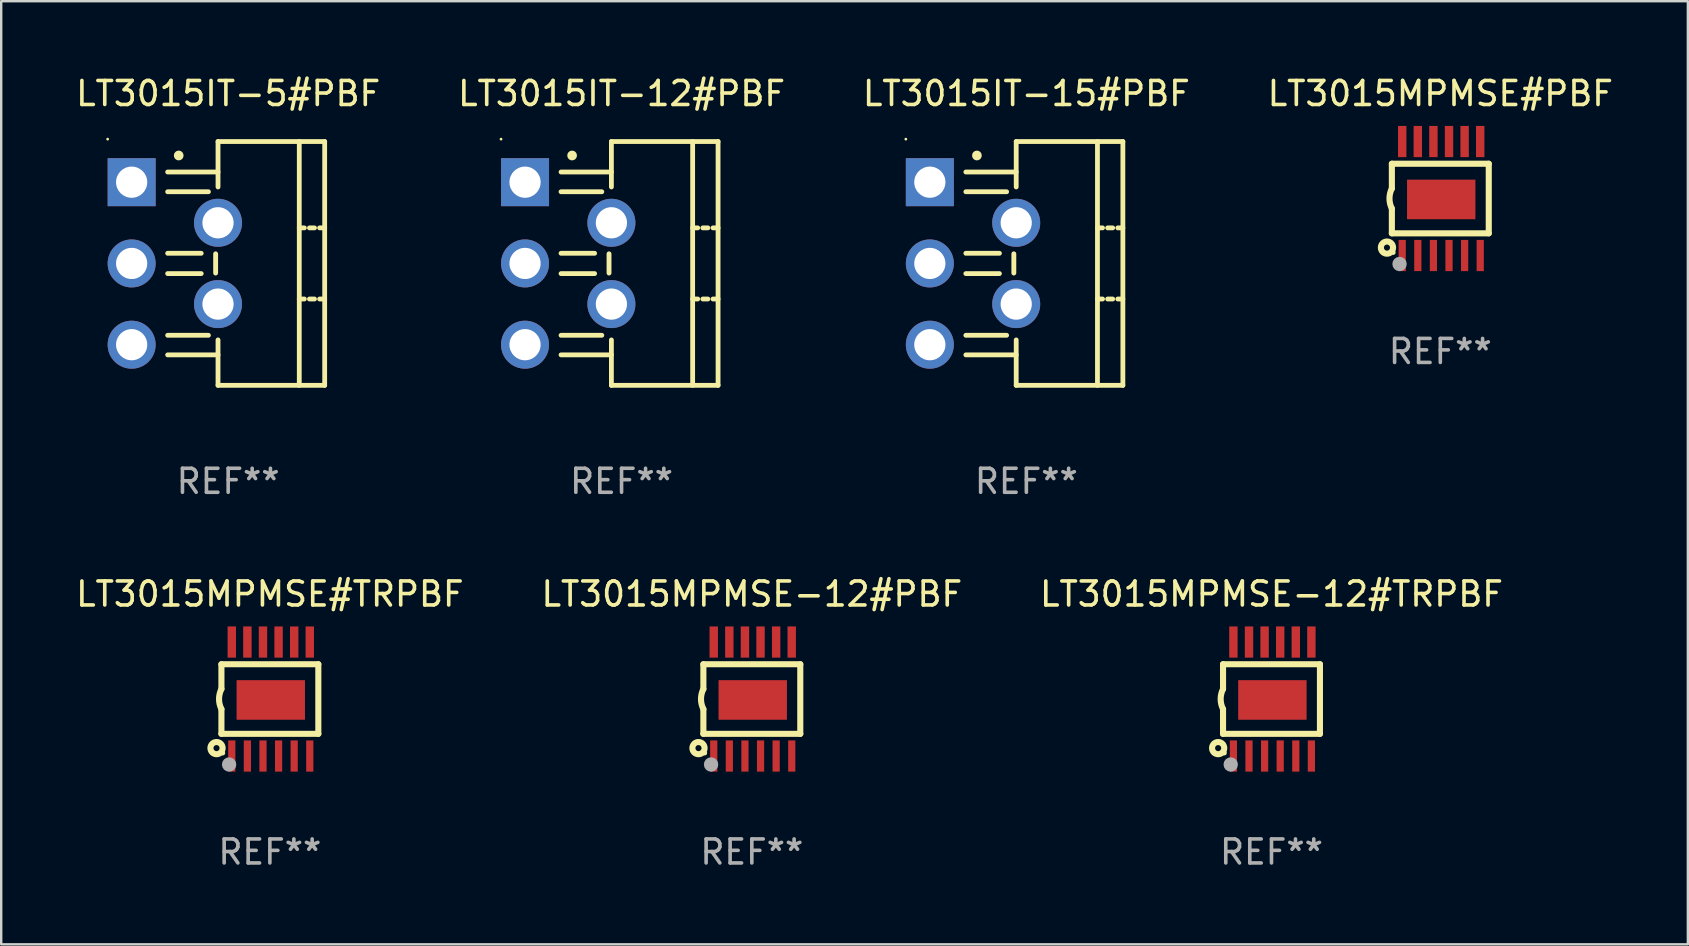
<source format=kicad_pcb>
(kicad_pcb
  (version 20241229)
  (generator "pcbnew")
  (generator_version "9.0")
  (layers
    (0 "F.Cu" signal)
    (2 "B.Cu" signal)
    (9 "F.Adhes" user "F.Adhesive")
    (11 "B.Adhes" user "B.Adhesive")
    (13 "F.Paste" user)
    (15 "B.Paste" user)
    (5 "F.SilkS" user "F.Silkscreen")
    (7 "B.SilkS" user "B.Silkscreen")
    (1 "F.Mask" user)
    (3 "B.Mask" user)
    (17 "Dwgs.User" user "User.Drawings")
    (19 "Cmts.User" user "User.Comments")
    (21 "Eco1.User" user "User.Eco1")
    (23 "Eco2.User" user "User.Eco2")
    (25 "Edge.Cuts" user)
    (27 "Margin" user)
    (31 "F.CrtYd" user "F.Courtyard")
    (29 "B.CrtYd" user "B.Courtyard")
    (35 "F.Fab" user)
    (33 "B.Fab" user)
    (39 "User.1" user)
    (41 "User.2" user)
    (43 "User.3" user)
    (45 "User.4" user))
  (footprint "LT3015MPMSE-12#TRPBF"
    (layer "F.Cu")
    (at 49.935 26.08)
    (property "Reference" "LT3015MPMSE-12#TRPBF" (at 0 -4.375 0) (layer "F.SilkS") (effects (font (size 1 1) (thickness 0.15))))
    (attr through_hole)
    (fp_line (start -2.019 -1.45) (end -2.019 -0.419) (stroke (width 0.254) (type solid)) (layer "F.SilkS"))
    (fp_line (start -2.019 1.45) (end -2.019 0.419) (stroke (width 0.254) (type solid)) (layer "F.SilkS"))
    (fp_line (start -2.019 1.45) (end 2.019 1.45) (stroke (width 0.254) (type solid)) (layer "F.SilkS"))
    (fp_line (start 2.019 -1.45) (end -2.019 -1.45) (stroke (width 0.254) (type solid)) (layer "F.SilkS"))
    (fp_line (start 2.019 -1.45) (end 2.019 1.45) (stroke (width 0.254) (type solid)) (layer "F.SilkS"))
    (fp_arc (start -2.019304 0.419101) (mid -2.11824 0) (end -2.019304 -0.419101) (stroke (width 0.254001) (type solid)) (layer "F.SilkS"))
    (fp_circle (center -2.223 2.045) (end -1.969 2.045) (stroke (width 0.254) (type solid)) (fill no) (layer "F.SilkS"))
    (fp_circle (center -1.962 2.25) (end -1.912 2.25) (stroke (width 0.1) (type solid)) (fill no) (layer "F.SilkS"))
    (fp_circle (center -1.699 2.728) (end -1.549 2.728) (stroke (width 0.3) (type solid)) (fill no) (layer "F.Fab"))
    (fp_text user "REF**" (at 0 6.375 0) (layer "F.Fab") (effects (font (size 1 1) (thickness 0.15))))
    (pad "1" smd rect (at -1.587 2.375) (size 0.3 1.3) (layers "F.Cu" "F.Mask" "F.Paste"))
    (pad "2" smd rect (at -0.937 2.375) (size 0.3 1.3) (layers "F.Cu" "F.Mask" "F.Paste"))
    (pad "3" smd rect (at -0.287 2.375) (size 0.3 1.3) (layers "F.Cu" "F.Mask" "F.Paste"))
    (pad "4" smd rect (at 0.363 2.375) (size 0.3 1.3) (layers "F.Cu" "F.Mask" "F.Paste"))
    (pad "5" smd rect (at 1.013 2.375) (size 0.3 1.3) (layers "F.Cu" "F.Mask" "F.Paste"))
    (pad "6" smd rect (at 1.663 2.375) (size 0.3 1.3) (layers "F.Cu" "F.Mask" "F.Paste"))
    (pad "7" smd rect (at 1.663 -2.375) (size 0.35 1.3) (layers "F.Cu" "F.Mask" "F.Paste"))
    (pad "8" smd rect (at 1.013 -2.375) (size 0.35 1.3) (layers "F.Cu" "F.Mask" "F.Paste"))
    (pad "9" smd rect (at 0.363 -2.375) (size 0.35 1.3) (layers "F.Cu" "F.Mask" "F.Paste"))
    (pad "10" smd rect (at -0.287 -2.375) (size 0.35 1.3) (layers "F.Cu" "F.Mask" "F.Paste"))
    (pad "11" smd rect (at -0.937 -2.375) (size 0.35 1.3) (layers "F.Cu" "F.Mask" "F.Paste"))
    (pad "12" smd rect (at -1.587 -2.375) (size 0.35 1.3) (layers "F.Cu" "F.Mask" "F.Paste"))
    (pad "13" smd rect (at 0.038 0.038) (size 2.85 1.65) (layers "F.Cu" "F.Mask" "F.Paste")))
  (footprint "LT3015MPMSE-12#PBF"
    (layer "F.Cu")
    (at 28.28 26.08)
    (property "Reference" "LT3015MPMSE-12#PBF" (at 0 -4.375 0) (layer "F.SilkS") (effects (font (size 1 1) (thickness 0.15))))
    (attr through_hole)
    (fp_line (start -2.019 -1.45) (end -2.019 -0.419) (stroke (width 0.254) (type solid)) (layer "F.SilkS"))
    (fp_line (start -2.019 1.45) (end -2.019 0.419) (stroke (width 0.254) (type solid)) (layer "F.SilkS"))
    (fp_line (start -2.019 1.45) (end 2.019 1.45) (stroke (width 0.254) (type solid)) (layer "F.SilkS"))
    (fp_line (start 2.019 -1.45) (end -2.019 -1.45) (stroke (width 0.254) (type solid)) (layer "F.SilkS"))
    (fp_line (start 2.019 -1.45) (end 2.019 1.45) (stroke (width 0.254) (type solid)) (layer "F.SilkS"))
    (fp_arc (start -2.019304 0.419101) (mid -2.11824 0) (end -2.019304 -0.419101) (stroke (width 0.254001) (type solid)) (layer "F.SilkS"))
    (fp_circle (center -2.223 2.045) (end -1.969 2.045) (stroke (width 0.254) (type solid)) (fill no) (layer "F.SilkS"))
    (fp_circle (center -1.962 2.25) (end -1.912 2.25) (stroke (width 0.1) (type solid)) (fill no) (layer "F.SilkS"))
    (fp_circle (center -1.699 2.728) (end -1.549 2.728) (stroke (width 0.3) (type solid)) (fill no) (layer "F.Fab"))
    (fp_text user "REF**" (at 0 6.375 0) (layer "F.Fab") (effects (font (size 1 1) (thickness 0.15))))
    (pad "1" smd rect (at -1.587 2.375) (size 0.3 1.3) (layers "F.Cu" "F.Mask" "F.Paste"))
    (pad "2" smd rect (at -0.937 2.375) (size 0.3 1.3) (layers "F.Cu" "F.Mask" "F.Paste"))
    (pad "3" smd rect (at -0.287 2.375) (size 0.3 1.3) (layers "F.Cu" "F.Mask" "F.Paste"))
    (pad "4" smd rect (at 0.363 2.375) (size 0.3 1.3) (layers "F.Cu" "F.Mask" "F.Paste"))
    (pad "5" smd rect (at 1.013 2.375) (size 0.3 1.3) (layers "F.Cu" "F.Mask" "F.Paste"))
    (pad "6" smd rect (at 1.663 2.375) (size 0.3 1.3) (layers "F.Cu" "F.Mask" "F.Paste"))
    (pad "7" smd rect (at 1.663 -2.375) (size 0.35 1.3) (layers "F.Cu" "F.Mask" "F.Paste"))
    (pad "8" smd rect (at 1.013 -2.375) (size 0.35 1.3) (layers "F.Cu" "F.Mask" "F.Paste"))
    (pad "9" smd rect (at 0.363 -2.375) (size 0.35 1.3) (layers "F.Cu" "F.Mask" "F.Paste"))
    (pad "10" smd rect (at -0.287 -2.375) (size 0.35 1.3) (layers "F.Cu" "F.Mask" "F.Paste"))
    (pad "11" smd rect (at -0.937 -2.375) (size 0.35 1.3) (layers "F.Cu" "F.Mask" "F.Paste"))
    (pad "12" smd rect (at -1.587 -2.375) (size 0.35 1.3) (layers "F.Cu" "F.Mask" "F.Paste"))
    (pad "13" smd rect (at 0.038 0.038) (size 2.85 1.65) (layers "F.Cu" "F.Mask" "F.Paste")))
  (footprint "LT3015MPMSE#TRPBF"
    (layer "F.Cu")
    (at 8.196 26.08)
    (property "Reference" "LT3015MPMSE#TRPBF" (at 0 -4.375 0) (layer "F.SilkS") (effects (font (size 1 1) (thickness 0.15))))
    (attr through_hole)
    (fp_line (start -2.019 -1.45) (end -2.019 -0.419) (stroke (width 0.254) (type solid)) (layer "F.SilkS"))
    (fp_line (start -2.019 1.45) (end -2.019 0.419) (stroke (width 0.254) (type solid)) (layer "F.SilkS"))
    (fp_line (start -2.019 1.45) (end 2.019 1.45) (stroke (width 0.254) (type solid)) (layer "F.SilkS"))
    (fp_line (start 2.019 -1.45) (end -2.019 -1.45) (stroke (width 0.254) (type solid)) (layer "F.SilkS"))
    (fp_line (start 2.019 -1.45) (end 2.019 1.45) (stroke (width 0.254) (type solid)) (layer "F.SilkS"))
    (fp_arc (start -2.019304 0.419101) (mid -2.11824 0) (end -2.019304 -0.419101) (stroke (width 0.254001) (type solid)) (layer "F.SilkS"))
    (fp_circle (center -2.223 2.045) (end -1.969 2.045) (stroke (width 0.254) (type solid)) (fill no) (layer "F.SilkS"))
    (fp_circle (center -1.962 2.25) (end -1.912 2.25) (stroke (width 0.1) (type solid)) (fill no) (layer "F.SilkS"))
    (fp_circle (center -1.699 2.728) (end -1.549 2.728) (stroke (width 0.3) (type solid)) (fill no) (layer "F.Fab"))
    (fp_text user "REF**" (at 0 6.375 0) (layer "F.Fab") (effects (font (size 1 1) (thickness 0.15))))
    (pad "1" smd rect (at -1.587 2.375) (size 0.3 1.3) (layers "F.Cu" "F.Mask" "F.Paste"))
    (pad "2" smd rect (at -0.937 2.375) (size 0.3 1.3) (layers "F.Cu" "F.Mask" "F.Paste"))
    (pad "3" smd rect (at -0.287 2.375) (size 0.3 1.3) (layers "F.Cu" "F.Mask" "F.Paste"))
    (pad "4" smd rect (at 0.363 2.375) (size 0.3 1.3) (layers "F.Cu" "F.Mask" "F.Paste"))
    (pad "5" smd rect (at 1.013 2.375) (size 0.3 1.3) (layers "F.Cu" "F.Mask" "F.Paste"))
    (pad "6" smd rect (at 1.663 2.375) (size 0.3 1.3) (layers "F.Cu" "F.Mask" "F.Paste"))
    (pad "7" smd rect (at 1.663 -2.375) (size 0.35 1.3) (layers "F.Cu" "F.Mask" "F.Paste"))
    (pad "8" smd rect (at 1.013 -2.375) (size 0.35 1.3) (layers "F.Cu" "F.Mask" "F.Paste"))
    (pad "9" smd rect (at 0.363 -2.375) (size 0.35 1.3) (layers "F.Cu" "F.Mask" "F.Paste"))
    (pad "10" smd rect (at -0.287 -2.375) (size 0.35 1.3) (layers "F.Cu" "F.Mask" "F.Paste"))
    (pad "11" smd rect (at -0.937 -2.375) (size 0.35 1.3) (layers "F.Cu" "F.Mask" "F.Paste"))
    (pad "12" smd rect (at -1.587 -2.375) (size 0.35 1.3) (layers "F.Cu" "F.Mask" "F.Paste"))
    (pad "13" smd rect (at 0.038 0.038) (size 2.85 1.65) (layers "F.Cu" "F.Mask" "F.Paste")))
  (footprint "LT3015IT-12#PBF"
    (layer "F.Cu")
    (at 22.851 7.928)
    (property "Reference" "LT3015IT-12#PBF" (at 0 -7.08 0) (layer "F.SilkS") (effects (font (size 1 1) (thickness 0.15))))
    (attr through_hole)
    (fp_line (start -2.522 -3.81) (end -0.423 -3.81) (stroke (width 0.2) (type solid)) (layer "F.SilkS"))
    (fp_line (start -2.522 -2.987) (end -0.822 -2.987) (stroke (width 0.2) (type solid)) (layer "F.SilkS"))
    (fp_line (start -2.522 -0.423) (end -1.122 -0.423) (stroke (width 0.2) (type solid)) (layer "F.SilkS"))
    (fp_line (start -2.522 0.423) (end -1.122 0.423) (stroke (width 0.2) (type solid)) (layer "F.SilkS"))
    (fp_line (start -2.522 2.994) (end -0.822 2.994) (stroke (width 0.2) (type solid)) (layer "F.SilkS"))
    (fp_line (start -2.522 3.81) (end -0.423 3.81) (stroke (width 0.2) (type solid)) (layer "F.SilkS"))
    (fp_line (start -0.522 0.4) (end -0.522 -0.4) (stroke (width 0.203) (type solid)) (layer "F.SilkS"))
    (fp_line (start -0.423 -5.08) (end 4.022 -5.08) (stroke (width 0.2) (type solid)) (layer "F.SilkS"))
    (fp_line (start -0.423 -3.187) (end -0.423 -5.08) (stroke (width 0.2) (type solid)) (layer "F.SilkS"))
    (fp_line (start -0.423 5.08) (end -0.423 3.187) (stroke (width 0.2) (type solid)) (layer "F.SilkS"))
    (fp_line (start 2.963 -1.482) (end 3.175 -1.482) (stroke (width 0.2) (type solid)) (layer "F.SilkS"))
    (fp_line (start 2.963 1.482) (end 3.175 1.482) (stroke (width 0.2) (type solid)) (layer "F.SilkS"))
    (fp_line (start 2.963 5.08) (end 2.963 -5.08) (stroke (width 0.2) (type solid)) (layer "F.SilkS"))
    (fp_line (start 3.387 -1.482) (end 3.598 -1.482) (stroke (width 0.2) (type solid)) (layer "F.SilkS"))
    (fp_line (start 3.387 1.482) (end 3.598 1.482) (stroke (width 0.2) (type solid)) (layer "F.SilkS"))
    (fp_line (start 3.81 -1.482) (end 4.022 -1.482) (stroke (width 0.2) (type solid)) (layer "F.SilkS"))
    (fp_line (start 3.81 1.482) (end 4.022 1.482) (stroke (width 0.2) (type solid)) (layer "F.SilkS"))
    (fp_line (start 4.022 -5.08) (end 4.022 5.08) (stroke (width 0.2) (type solid)) (layer "F.SilkS"))
    (fp_line (start 4.022 5.08) (end -0.423 5.08) (stroke (width 0.2) (type solid)) (layer "F.SilkS"))
    (fp_arc (start -2.060833 -4.495809) (mid -2.060849 -4.498349) (end -2.060833 -4.500889) (stroke (width 0.4) (type solid)) (layer "F.SilkS"))
    (fp_circle (center -5.022 -5.18) (end -4.992 -5.18) (stroke (width 0.06) (type solid)) (fill no) (layer "F.SilkS"))
    (fp_text user "REF**" (at 0 9.08 0) (layer "F.Fab") (effects (font (size 1 1) (thickness 0.15))))
    (pad "1" thru_hole rect (at -4.022 -3.386 270) (size 2 2) (drill 1.3) (layers "*.Cu" "*.Mask"))
    (pad "2" thru_hole circle (at -0.423 -1.694) (size 2 2) (drill 1.3) (layers "*.Cu" "*.Mask"))
    (pad "3" thru_hole circle (at -4.022 0) (size 2 2) (drill 1.3) (layers "*.Cu" "*.Mask"))
    (pad "4" thru_hole circle (at -0.423 1.694) (size 2 2) (drill 1.3) (layers "*.Cu" "*.Mask"))
    (pad "5" thru_hole circle (at -4.022 3.386) (size 2 2) (drill 1.3) (layers "*.Cu" "*.Mask")))
  (footprint "LT3015IT-5#PBF"
    (layer "F.Cu")
    (at 6.458 7.928)
    (property "Reference" "LT3015IT-5#PBF" (at 0 -7.08 0) (layer "F.SilkS") (effects (font (size 1 1) (thickness 0.15))))
    (attr through_hole)
    (fp_line (start -2.522 -3.81) (end -0.423 -3.81) (stroke (width 0.2) (type solid)) (layer "F.SilkS"))
    (fp_line (start -2.522 -2.987) (end -0.822 -2.987) (stroke (width 0.2) (type solid)) (layer "F.SilkS"))
    (fp_line (start -2.522 -0.423) (end -1.122 -0.423) (stroke (width 0.2) (type solid)) (layer "F.SilkS"))
    (fp_line (start -2.522 0.423) (end -1.122 0.423) (stroke (width 0.2) (type solid)) (layer "F.SilkS"))
    (fp_line (start -2.522 2.994) (end -0.822 2.994) (stroke (width 0.2) (type solid)) (layer "F.SilkS"))
    (fp_line (start -2.522 3.81) (end -0.423 3.81) (stroke (width 0.2) (type solid)) (layer "F.SilkS"))
    (fp_line (start -0.522 0.4) (end -0.522 -0.4) (stroke (width 0.203) (type solid)) (layer "F.SilkS"))
    (fp_line (start -0.423 -5.08) (end 4.022 -5.08) (stroke (width 0.2) (type solid)) (layer "F.SilkS"))
    (fp_line (start -0.423 -3.187) (end -0.423 -5.08) (stroke (width 0.2) (type solid)) (layer "F.SilkS"))
    (fp_line (start -0.423 5.08) (end -0.423 3.187) (stroke (width 0.2) (type solid)) (layer "F.SilkS"))
    (fp_line (start 2.963 -1.482) (end 3.175 -1.482) (stroke (width 0.2) (type solid)) (layer "F.SilkS"))
    (fp_line (start 2.963 1.482) (end 3.175 1.482) (stroke (width 0.2) (type solid)) (layer "F.SilkS"))
    (fp_line (start 2.963 5.08) (end 2.963 -5.08) (stroke (width 0.2) (type solid)) (layer "F.SilkS"))
    (fp_line (start 3.387 -1.482) (end 3.598 -1.482) (stroke (width 0.2) (type solid)) (layer "F.SilkS"))
    (fp_line (start 3.387 1.482) (end 3.598 1.482) (stroke (width 0.2) (type solid)) (layer "F.SilkS"))
    (fp_line (start 3.81 -1.482) (end 4.022 -1.482) (stroke (width 0.2) (type solid)) (layer "F.SilkS"))
    (fp_line (start 3.81 1.482) (end 4.022 1.482) (stroke (width 0.2) (type solid)) (layer "F.SilkS"))
    (fp_line (start 4.022 -5.08) (end 4.022 5.08) (stroke (width 0.2) (type solid)) (layer "F.SilkS"))
    (fp_line (start 4.022 5.08) (end -0.423 5.08) (stroke (width 0.2) (type solid)) (layer "F.SilkS"))
    (fp_arc (start -2.060833 -4.495809) (mid -2.060849 -4.498349) (end -2.060833 -4.500889) (stroke (width 0.4) (type solid)) (layer "F.SilkS"))
    (fp_circle (center -5.022 -5.18) (end -4.992 -5.18) (stroke (width 0.06) (type solid)) (fill no) (layer "F.SilkS"))
    (fp_text user "REF**" (at 0 9.08 0) (layer "F.Fab") (effects (font (size 1 1) (thickness 0.15))))
    (pad "1" thru_hole rect (at -4.022 -3.386 270) (size 2 2) (drill 1.3) (layers "*.Cu" "*.Mask"))
    (pad "2" thru_hole circle (at -0.423 -1.694) (size 2 2) (drill 1.3) (layers "*.Cu" "*.Mask"))
    (pad "3" thru_hole circle (at -4.022 0) (size 2 2) (drill 1.3) (layers "*.Cu" "*.Mask"))
    (pad "4" thru_hole circle (at -0.423 1.694) (size 2 2) (drill 1.3) (layers "*.Cu" "*.Mask"))
    (pad "5" thru_hole circle (at -4.022 3.386) (size 2 2) (drill 1.3) (layers "*.Cu" "*.Mask")))
  (footprint "LT3015IT-15#PBF"
    (layer "F.Cu")
    (at 39.72 7.928)
    (property "Reference" "LT3015IT-15#PBF" (at 0 -7.08 0) (layer "F.SilkS") (effects (font (size 1 1) (thickness 0.15))))
    (attr through_hole)
    (fp_line (start -2.522 -3.81) (end -0.423 -3.81) (stroke (width 0.2) (type solid)) (layer "F.SilkS"))
    (fp_line (start -2.522 -2.987) (end -0.822 -2.987) (stroke (width 0.2) (type solid)) (layer "F.SilkS"))
    (fp_line (start -2.522 -0.423) (end -1.122 -0.423) (stroke (width 0.2) (type solid)) (layer "F.SilkS"))
    (fp_line (start -2.522 0.423) (end -1.122 0.423) (stroke (width 0.2) (type solid)) (layer "F.SilkS"))
    (fp_line (start -2.522 2.994) (end -0.822 2.994) (stroke (width 0.2) (type solid)) (layer "F.SilkS"))
    (fp_line (start -2.522 3.81) (end -0.423 3.81) (stroke (width 0.2) (type solid)) (layer "F.SilkS"))
    (fp_line (start -0.522 0.4) (end -0.522 -0.4) (stroke (width 0.203) (type solid)) (layer "F.SilkS"))
    (fp_line (start -0.423 -5.08) (end 4.022 -5.08) (stroke (width 0.2) (type solid)) (layer "F.SilkS"))
    (fp_line (start -0.423 -3.187) (end -0.423 -5.08) (stroke (width 0.2) (type solid)) (layer "F.SilkS"))
    (fp_line (start -0.423 5.08) (end -0.423 3.187) (stroke (width 0.2) (type solid)) (layer "F.SilkS"))
    (fp_line (start 2.963 -1.482) (end 3.175 -1.482) (stroke (width 0.2) (type solid)) (layer "F.SilkS"))
    (fp_line (start 2.963 1.482) (end 3.175 1.482) (stroke (width 0.2) (type solid)) (layer "F.SilkS"))
    (fp_line (start 2.963 5.08) (end 2.963 -5.08) (stroke (width 0.2) (type solid)) (layer "F.SilkS"))
    (fp_line (start 3.387 -1.482) (end 3.598 -1.482) (stroke (width 0.2) (type solid)) (layer "F.SilkS"))
    (fp_line (start 3.387 1.482) (end 3.598 1.482) (stroke (width 0.2) (type solid)) (layer "F.SilkS"))
    (fp_line (start 3.81 -1.482) (end 4.022 -1.482) (stroke (width 0.2) (type solid)) (layer "F.SilkS"))
    (fp_line (start 3.81 1.482) (end 4.022 1.482) (stroke (width 0.2) (type solid)) (layer "F.SilkS"))
    (fp_line (start 4.022 -5.08) (end 4.022 5.08) (stroke (width 0.2) (type solid)) (layer "F.SilkS"))
    (fp_line (start 4.022 5.08) (end -0.423 5.08) (stroke (width 0.2) (type solid)) (layer "F.SilkS"))
    (fp_arc (start -2.060833 -4.495809) (mid -2.060849 -4.498349) (end -2.060833 -4.500889) (stroke (width 0.4) (type solid)) (layer "F.SilkS"))
    (fp_circle (center -5.022 -5.18) (end -4.992 -5.18) (stroke (width 0.06) (type solid)) (fill no) (layer "F.SilkS"))
    (fp_text user "REF**" (at 0 9.08 0) (layer "F.Fab") (effects (font (size 1 1) (thickness 0.15))))
    (pad "1" thru_hole rect (at -4.022 -3.386 270) (size 2 2) (drill 1.3) (layers "*.Cu" "*.Mask"))
    (pad "2" thru_hole circle (at -0.423 -1.694) (size 2 2) (drill 1.3) (layers "*.Cu" "*.Mask"))
    (pad "3" thru_hole circle (at -4.022 0) (size 2 2) (drill 1.3) (layers "*.Cu" "*.Mask"))
    (pad "4" thru_hole circle (at -0.423 1.694) (size 2 2) (drill 1.3) (layers "*.Cu" "*.Mask"))
    (pad "5" thru_hole circle (at -4.022 3.386) (size 2 2) (drill 1.3) (layers "*.Cu" "*.Mask")))
  (footprint "LT3015MPMSE#PBF"
    (layer "F.Cu")
    (at 56.97 5.223)
    (property "Reference" "LT3015MPMSE#PBF" (at 0 -4.375 0) (layer "F.SilkS") (effects (font (size 1 1) (thickness 0.15))))
    (attr through_hole)
    (fp_line (start -2.019 -1.45) (end -2.019 -0.419) (stroke (width 0.254) (type solid)) (layer "F.SilkS"))
    (fp_line (start -2.019 1.45) (end -2.019 0.419) (stroke (width 0.254) (type solid)) (layer "F.SilkS"))
    (fp_line (start -2.019 1.45) (end 2.019 1.45) (stroke (width 0.254) (type solid)) (layer "F.SilkS"))
    (fp_line (start 2.019 -1.45) (end -2.019 -1.45) (stroke (width 0.254) (type solid)) (layer "F.SilkS"))
    (fp_line (start 2.019 -1.45) (end 2.019 1.45) (stroke (width 0.254) (type solid)) (layer "F.SilkS"))
    (fp_arc (start -2.019304 0.419101) (mid -2.11824 0) (end -2.019304 -0.419101) (stroke (width 0.254001) (type solid)) (layer "F.SilkS"))
    (fp_circle (center -2.223 2.045) (end -1.969 2.045) (stroke (width 0.254) (type solid)) (fill no) (layer "F.SilkS"))
    (fp_circle (center -1.962 2.25) (end -1.912 2.25) (stroke (width 0.1) (type solid)) (fill no) (layer "F.SilkS"))
    (fp_circle (center -1.699 2.728) (end -1.549 2.728) (stroke (width 0.3) (type solid)) (fill no) (layer "F.Fab"))
    (fp_text user "REF**" (at 0 6.375 0) (layer "F.Fab") (effects (font (size 1 1) (thickness 0.15))))
    (pad "1" smd rect (at -1.587 2.375) (size 0.3 1.3) (layers "F.Cu" "F.Mask" "F.Paste"))
    (pad "2" smd rect (at -0.937 2.375) (size 0.3 1.3) (layers "F.Cu" "F.Mask" "F.Paste"))
    (pad "3" smd rect (at -0.287 2.375) (size 0.3 1.3) (layers "F.Cu" "F.Mask" "F.Paste"))
    (pad "4" smd rect (at 0.363 2.375) (size 0.3 1.3) (layers "F.Cu" "F.Mask" "F.Paste"))
    (pad "5" smd rect (at 1.013 2.375) (size 0.3 1.3) (layers "F.Cu" "F.Mask" "F.Paste"))
    (pad "6" smd rect (at 1.663 2.375) (size 0.3 1.3) (layers "F.Cu" "F.Mask" "F.Paste"))
    (pad "7" smd rect (at 1.663 -2.375) (size 0.35 1.3) (layers "F.Cu" "F.Mask" "F.Paste"))
    (pad "8" smd rect (at 1.013 -2.375) (size 0.35 1.3) (layers "F.Cu" "F.Mask" "F.Paste"))
    (pad "9" smd rect (at 0.363 -2.375) (size 0.35 1.3) (layers "F.Cu" "F.Mask" "F.Paste"))
    (pad "10" smd rect (at -0.287 -2.375) (size 0.35 1.3) (layers "F.Cu" "F.Mask" "F.Paste"))
    (pad "11" smd rect (at -0.937 -2.375) (size 0.35 1.3) (layers "F.Cu" "F.Mask" "F.Paste"))
    (pad "12" smd rect (at -1.587 -2.375) (size 0.35 1.3) (layers "F.Cu" "F.Mask" "F.Paste"))
    (pad "13" smd rect (at 0.038 0.038) (size 2.85 1.65) (layers "F.Cu" "F.Mask" "F.Paste")))
  (gr_rect
    (start -3 -3)
    (end 67.286 36.303)
    (stroke (width 0.1) (type default))
    (fill no)
    (layer "Edge.Cuts")))
</source>
